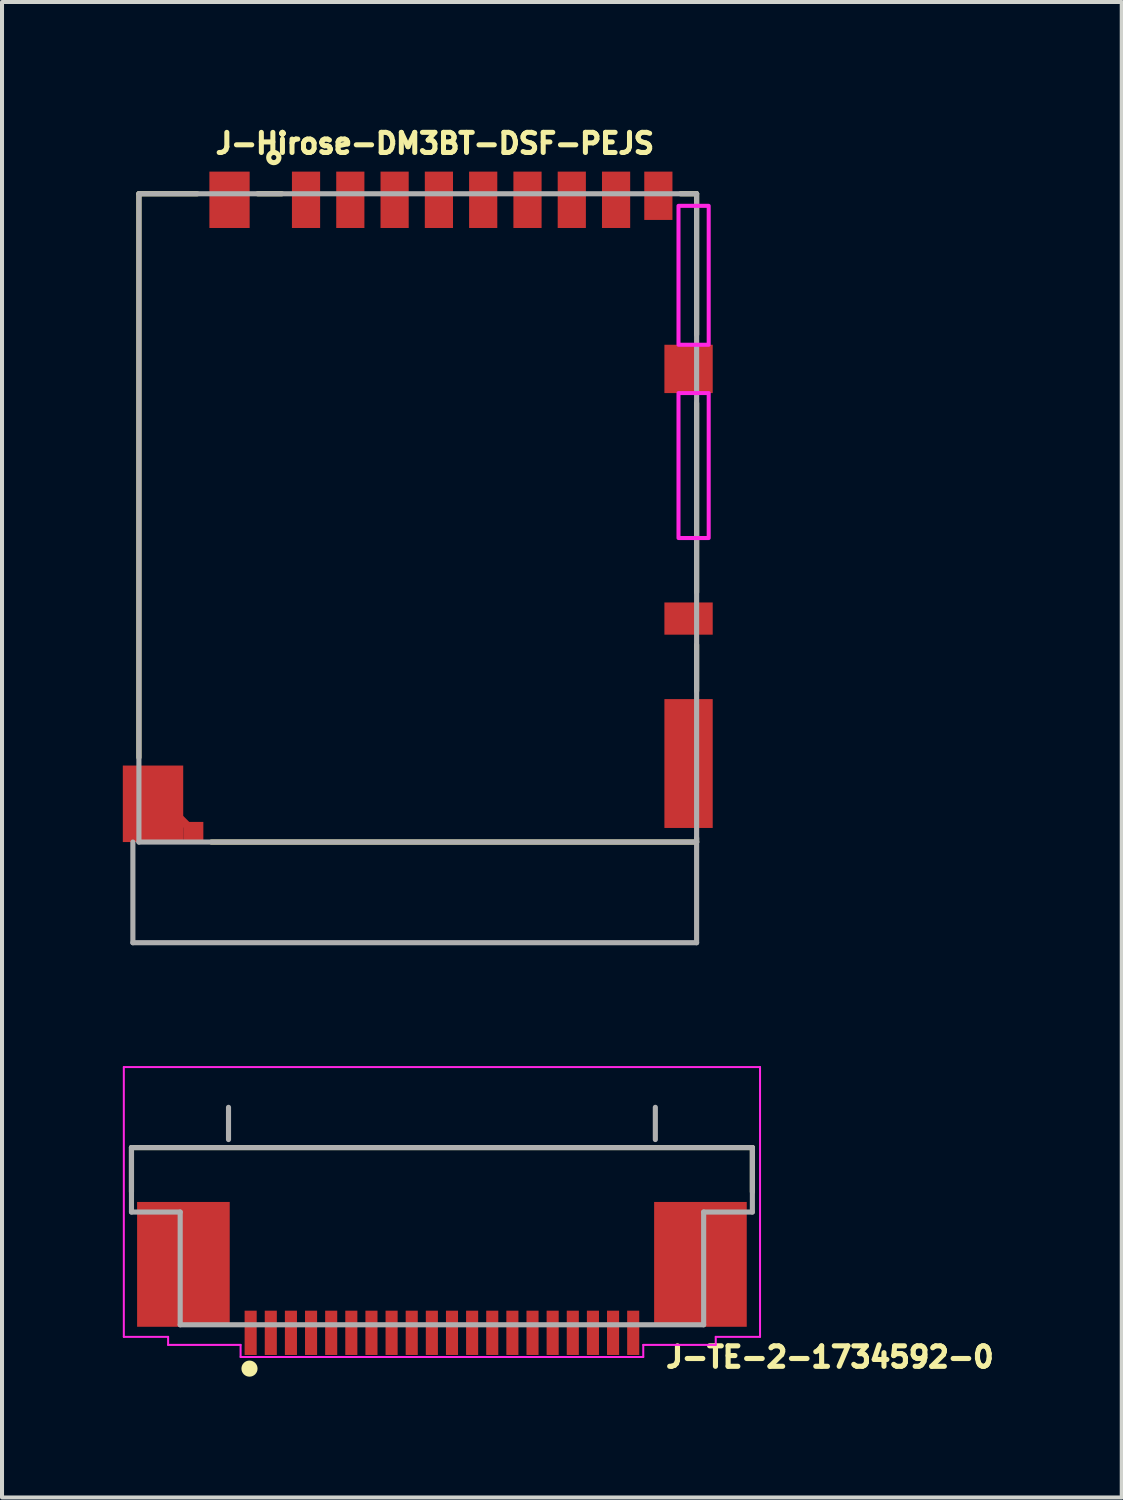
<source format=kicad_pcb>
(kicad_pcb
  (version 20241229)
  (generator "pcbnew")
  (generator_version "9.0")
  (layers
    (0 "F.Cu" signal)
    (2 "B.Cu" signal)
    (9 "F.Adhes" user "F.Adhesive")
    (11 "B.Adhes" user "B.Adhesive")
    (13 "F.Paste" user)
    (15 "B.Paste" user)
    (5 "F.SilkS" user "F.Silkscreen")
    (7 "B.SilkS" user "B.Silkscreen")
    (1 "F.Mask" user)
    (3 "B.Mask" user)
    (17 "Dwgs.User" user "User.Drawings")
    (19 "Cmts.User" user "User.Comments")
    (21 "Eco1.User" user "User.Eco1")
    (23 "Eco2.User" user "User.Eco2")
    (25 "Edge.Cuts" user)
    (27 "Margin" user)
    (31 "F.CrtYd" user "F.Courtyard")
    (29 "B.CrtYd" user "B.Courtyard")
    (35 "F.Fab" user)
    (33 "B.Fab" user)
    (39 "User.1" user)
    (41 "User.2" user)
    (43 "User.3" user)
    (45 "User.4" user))
  (footprint "J-TE-2-1734592-0"
    (layer "F.Cu")
    (at 7.925 28.35)
    (property "Reference" "J-TE-2-1734592-0" (at 5.5 2.6 0) (layer "F.SilkS") (effects (font (size 0.508 0.508) (thickness 0.127)) (justify left bottom)))
    (fp_line (start -7.71 -2.9) (end -7.71 -1.8) (stroke (width 0.127) (type solid)) (layer "F.SilkS"))
    (fp_line (start 7.71 -2.9) (end -7.71 -2.9) (stroke (width 0.127) (type solid)) (layer "F.SilkS"))
    (fp_line (start 7.71 -1.8) (end 7.71 -2.9) (stroke (width 0.127) (type solid)) (layer "F.SilkS"))
    (fp_circle (center -4.779 2.589) (end -4.679 2.589) (stroke (width 0.2) (type solid)) (fill no) (layer "F.SilkS"))
    (fp_poly (pts (xy -7.2 1.1) (xy -5.6 1.1) (xy -5.6 -1.1) (xy -7.2 -1.1)) (stroke (width 0) (type solid)) (fill yes) (layer "F.Paste"))
    (fp_poly (pts (xy 5.7 1.1) (xy 7.3 1.1) (xy 7.3 -1.1) (xy 5.7 -1.1)) (stroke (width 0) (type solid)) (fill yes) (layer "F.Paste"))
    (fp_line (start -7.9 -4.9) (end -7.9 1.8) (stroke (width 0.05) (type solid)) (layer "F.CrtYd"))
    (fp_line (start -6.8 1.8) (end -7.9 1.8) (stroke (width 0.05) (type solid)) (layer "F.CrtYd"))
    (fp_line (start -6.8 2) (end -6.8 1.8) (stroke (width 0.05) (type solid)) (layer "F.CrtYd"))
    (fp_line (start -5 2) (end -6.8 2) (stroke (width 0.05) (type solid)) (layer "F.CrtYd"))
    (fp_line (start -5 2.3) (end -5 2) (stroke (width 0.05) (type solid)) (layer "F.CrtYd"))
    (fp_line (start -5 2.3) (end 5 2.3) (stroke (width 0.05) (type solid)) (layer "F.CrtYd"))
    (fp_line (start 5 2) (end 5 2.3) (stroke (width 0.05) (type solid)) (layer "F.CrtYd"))
    (fp_line (start 6.8 1.8) (end 6.8 2) (stroke (width 0.05) (type solid)) (layer "F.CrtYd"))
    (fp_line (start 6.8 2) (end 5 2) (stroke (width 0.05) (type solid)) (layer "F.CrtYd"))
    (fp_line (start 7.9 -4.9) (end -7.9 -4.9) (stroke (width 0.05) (type solid)) (layer "F.CrtYd"))
    (fp_line (start 7.9 1.8) (end 6.8 1.8) (stroke (width 0.05) (type solid)) (layer "F.CrtYd"))
    (fp_line (start 7.9 1.8) (end 7.9 -4.9) (stroke (width 0.05) (type solid)) (layer "F.CrtYd"))
    (fp_line (start -7.71 -1.3) (end -7.71 -2.9) (stroke (width 0.127) (type solid)) (layer "F.Fab"))
    (fp_line (start -6.5 -1.3) (end -7.71 -1.3) (stroke (width 0.127) (type solid)) (layer "F.Fab"))
    (fp_line (start -6.5 1.5) (end -6.5 -1.3) (stroke (width 0.127) (type solid)) (layer "F.Fab"))
    (fp_line (start -5.3 -3.1) (end -5.3 -3.9) (stroke (width 0.127) (type solid)) (layer "F.Fab"))
    (fp_line (start 5.3 -3.1) (end 5.3 -3.9) (stroke (width 0.127) (type solid)) (layer "F.Fab"))
    (fp_line (start 6.5 -1.3) (end 7.71 -1.3) (stroke (width 0.127) (type solid)) (layer "F.Fab"))
    (fp_line (start 6.5 1.5) (end -6.5 1.5) (stroke (width 0.127) (type solid)) (layer "F.Fab"))
    (fp_line (start 6.5 1.5) (end 6.5 -1.3) (stroke (width 0.127) (type solid)) (layer "F.Fab"))
    (fp_line (start 7.71 -2.9) (end -7.71 -2.9) (stroke (width 0.127) (type solid)) (layer "F.Fab"))
    (fp_line (start 7.71 -1.3) (end 7.71 -2.9) (stroke (width 0.127) (type solid)) (layer "F.Fab"))
    (pad "1" smd rect (at -4.75 1.7 90) (size 1.1 0.3) (layers "F.Cu" "F.Mask" "F.Paste"))
    (pad "2" smd rect (at -4.25 1.7 90) (size 1.1 0.3) (layers "F.Cu" "F.Mask" "F.Paste"))
    (pad "3" smd rect (at -3.75 1.7 90) (size 1.1 0.3) (layers "F.Cu" "F.Mask" "F.Paste"))
    (pad "4" smd rect (at -3.25 1.7 90) (size 1.1 0.3) (layers "F.Cu" "F.Mask" "F.Paste"))
    (pad "5" smd rect (at -2.75 1.7 90) (size 1.1 0.3) (layers "F.Cu" "F.Mask" "F.Paste"))
    (pad "6" smd rect (at -2.25 1.7 90) (size 1.1 0.3) (layers "F.Cu" "F.Mask" "F.Paste"))
    (pad "7" smd rect (at -1.75 1.7 90) (size 1.1 0.3) (layers "F.Cu" "F.Mask" "F.Paste"))
    (pad "8" smd rect (at -1.25 1.7 90) (size 1.1 0.3) (layers "F.Cu" "F.Mask" "F.Paste"))
    (pad "9" smd rect (at -0.75 1.7 90) (size 1.1 0.3) (layers "F.Cu" "F.Mask" "F.Paste"))
    (pad "10" smd rect (at -0.25 1.7 90) (size 1.1 0.3) (layers "F.Cu" "F.Mask" "F.Paste"))
    (pad "11" smd rect (at 0.25 1.7 90) (size 1.1 0.3) (layers "F.Cu" "F.Mask" "F.Paste"))
    (pad "12" smd rect (at 0.75 1.7 90) (size 1.1 0.3) (layers "F.Cu" "F.Mask" "F.Paste"))
    (pad "13" smd rect (at 1.25 1.7 90) (size 1.1 0.3) (layers "F.Cu" "F.Mask" "F.Paste"))
    (pad "14" smd rect (at 1.75 1.7 90) (size 1.1 0.3) (layers "F.Cu" "F.Mask" "F.Paste"))
    (pad "15" smd rect (at 2.25 1.7 90) (size 1.1 0.3) (layers "F.Cu" "F.Mask" "F.Paste"))
    (pad "16" smd rect (at 2.75 1.7 90) (size 1.1 0.3) (layers "F.Cu" "F.Mask" "F.Paste"))
    (pad "17" smd rect (at 3.25 1.7 90) (size 1.1 0.3) (layers "F.Cu" "F.Mask" "F.Paste"))
    (pad "18" smd rect (at 3.75 1.7 90) (size 1.1 0.3) (layers "F.Cu" "F.Mask" "F.Paste"))
    (pad "19" smd rect (at 4.25 1.7 90) (size 1.1 0.3) (layers "F.Cu" "F.Mask" "F.Paste"))
    (pad "20" smd rect (at 4.75 1.7 90) (size 1.1 0.3) (layers "F.Cu" "F.Mask" "F.Paste"))
    (pad "PAD1" smd rect (at 6.42 0 180) (size 2.3 3.1) (layers "F.Cu" "F.Mask"))
    (pad "PAD2" smd rect (at -6.42 0 180) (size 2.3 3.1) (layers "F.Cu" "F.Mask")))
  (footprint "J-Hirose-DM3BT-DSF-PEJS"
    (layer "F.Cu")
    (at 7.75 17.862)
    (property "Reference" "J-Hirose-DM3BT-DSF-PEJS" (at 0 -17.35 0) (layer "F.SilkS") (effects (font (size 0.5 0.5) (thickness 0.125) (bold yes))))
    (fp_line (start -7.35 -2.1) (end -7.35 -16.1) (stroke (width 0.127) (type solid)) (layer "F.SilkS"))
    (fp_line (start -5.9 -16.1) (end -7.35 -16.1) (stroke (width 0.127) (type solid)) (layer "F.SilkS"))
    (fp_line (start -4.4 -16.1) (end -3.8 -16.1) (stroke (width 0.127) (type solid)) (layer "F.SilkS"))
    (fp_line (start 6.1 -16.1) (end 6.5 -16.1) (stroke (width 0.127) (type solid)) (layer "F.SilkS"))
    (fp_line (start 6.5 -16.1) (end 6.5 -12.6) (stroke (width 0.127) (type solid)) (layer "F.SilkS"))
    (fp_line (start 6.5 -10.9) (end 6.5 -6.2) (stroke (width 0.127) (type solid)) (layer "F.SilkS"))
    (fp_line (start 6.5 -3.75) (end 6.5 -4.9) (stroke (width 0.127) (type solid)) (layer "F.SilkS"))
    (fp_line (start 6.5 -0.1) (end 6.5 0) (stroke (width 0.127) (type solid)) (layer "F.SilkS"))
    (fp_line (start 6.5 0) (end -5.55 0) (stroke (width 0.127) (type solid)) (layer "F.SilkS"))
    (fp_circle (center -4 -17) (end -3.873 -17) (stroke (width 0.127) (type solid)) (fill no) (layer "F.SilkS"))
    (fp_poly (pts (xy 6.05 -12.35) (xy 6.8 -12.35) (xy 6.8 -15.8) (xy 6.05 -15.8)) (stroke (width 0.1) (type solid)) (fill no) (layer "F.CrtYd"))
    (fp_poly (pts (xy 6.05 -7.55) (xy 6.8 -7.55) (xy 6.8 -11.15) (xy 6.05 -11.15)) (stroke (width 0.1) (type solid)) (fill no) (layer "F.CrtYd"))
    (fp_line (start -7.5 2.5) (end -7.5 0) (stroke (width 0.127) (type solid)) (layer "F.Fab"))
    (fp_line (start -7.5 2.5) (end 6.5 2.5) (stroke (width 0.127) (type solid)) (layer "F.Fab"))
    (fp_line (start -7.35 -16.1) (end -7.35 0) (stroke (width 0.127) (type solid)) (layer "F.Fab"))
    (fp_line (start -7.35 0) (end 6.5 0) (stroke (width 0.127) (type solid)) (layer "F.Fab"))
    (fp_line (start 6.5 -16.1) (end -7.35 -16.1) (stroke (width 0.127) (type solid)) (layer "F.Fab"))
    (fp_line (start 6.5 0) (end 6.5 -16.1) (stroke (width 0.127) (type solid)) (layer "F.Fab"))
    (fp_line (start 6.5 2.5) (end 6.5 0) (stroke (width 0.127) (type solid)) (layer "F.Fab"))
    (pad "1" smd rect (at -3.2 -15.95 90) (size 1.4 0.7) (layers "F.Cu" "F.Mask" "F.Paste"))
    (pad "2" smd rect (at -2.1 -15.95 90) (size 1.4 0.7) (layers "F.Cu" "F.Mask" "F.Paste"))
    (pad "3" smd rect (at -1 -15.95 90) (size 1.4 0.7) (layers "F.Cu" "F.Mask" "F.Paste"))
    (pad "4" smd rect (at 0.1 -15.95 90) (size 1.4 0.7) (layers "F.Cu" "F.Mask" "F.Paste"))
    (pad "5" smd rect (at 1.2 -15.95 90) (size 1.4 0.7) (layers "F.Cu" "F.Mask" "F.Paste"))
    (pad "6" smd rect (at 2.3 -15.95 90) (size 1.4 0.7) (layers "F.Cu" "F.Mask" "F.Paste"))
    (pad "7" smd rect (at 3.4 -15.95 90) (size 1.4 0.7) (layers "F.Cu" "F.Mask" "F.Paste"))
    (pad "8" smd rect (at 4.5 -15.95 90) (size 1.4 0.7) (layers "F.Cu" "F.Mask" "F.Paste"))
    (pad "CD" smd rect (at 5.55 -16.05 90) (size 1.2 0.7) (layers "F.Cu" "F.Mask" "F.Paste"))
    (pad "CGND1" smd rect (at -6 -0.25) (size 0.5 0.5) (layers "F.Cu" "F.Mask" "F.Paste"))
    (pad "CGND2" smd rect (at -7 -0.95) (size 1.5 1.9) (layers "F.Cu" "F.Mask" "F.Paste"))
    (pad "CGND3" smd rect (at -6.25 -0.5 45) (size 0.21 0.21) (layers "F.Cu" "F.Mask" "F.Paste"))
    (pad "CGND4" smd rect (at -5.1 -15.95) (size 1 1.4) (layers "F.Cu" "F.Mask" "F.Paste"))
    (pad "CGND5" smd rect (at 6.3 -11.75) (size 1.2 1.2) (layers "F.Cu" "F.Mask" "F.Paste"))
    (pad "CGND6" smd rect (at 6.3 -1.95) (size 1.2 3.2) (layers "F.Cu" "F.Mask" "F.Paste"))
    (pad "GND" smd rect (at 6.3 -5.55) (size 1.2 0.8) (layers "F.Cu" "F.Mask" "F.Paste")))
  (gr_rect
    (start -3 -3)
    (end 24.808 34.139)
    (stroke (width 0.1) (type default))
    (fill no)
    (layer "Edge.Cuts")))
</source>
